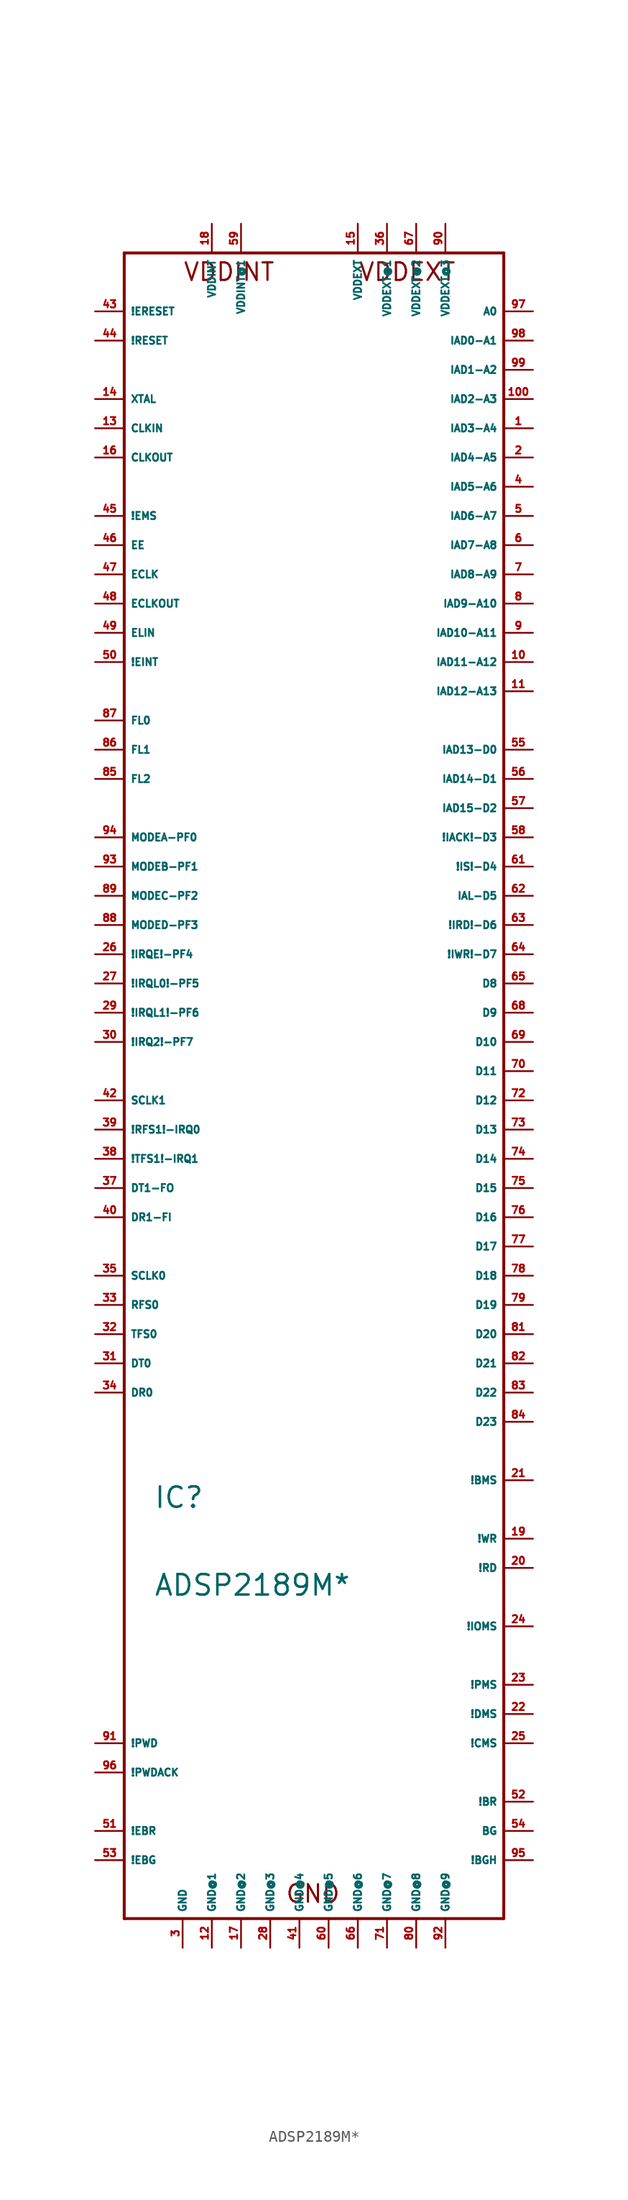
<source format=kicad_sym>
(kicad_symbol_lib
  (version 20220914)
  (generator Eagle2Kicad)
  (symbol "ADSP2189M*"
    (property "Reference" "IC"
      (at -15.24 -40.64 0)
      (effects (font (size 1.778 1.778) (thickness 0.22)) (justify left bottom)))
    (property "Value" "ADSP2189M*"
      (at -15.24 -48.26 0)
      (effects (font (size 1.778 1.778) (thickness 0.22)) (justify left bottom)))
    (polyline
      (pts (xy -17.78 -76.2) (xy 15.24 -76.2))
      (stroke (width 0.254) (type default))
      (fill (type none)))
    (polyline
      (pts (xy 15.24 -76.2) (xy 15.24 68.58))
      (stroke (width 0.254) (type default))
      (fill (type none)))
    (polyline
      (pts (xy 15.24 68.58) (xy -17.78 68.58))
      (stroke (width 0.254) (type default))
      (fill (type none)))
    (polyline
      (pts (xy -17.78 68.58) (xy -17.78 -76.2))
      (stroke (width 0.254) (type default))
      (fill (type none)))
    (text "VDDINT"
      (at -12.7 66.04 0)
      (effects (font (size 1.524 1.524) (thickness 0.19)) (justify left bottom)))
    (text "VDDEXT"
      (at 2.54 66.04 0)
      (effects (font (size 1.524 1.524) (thickness 0.19)) (justify left bottom)))
    (text "GND"
      (at -3.81 -74.93 0)
      (effects (font (size 1.524 1.524) (thickness 0.19)) (justify left bottom)))
    (pin input line
      (at -20.32 60.96 0)
      (length 2.54)
      (name "!RESET" (effects (font (size 0.635 0.635) (thickness 0.08)) (justify left bottom)))
      (number "44" (effects (font (size 0.635 0.635) (thickness 0.08)) (justify left bottom))))
    (pin input line
      (at 17.78 -66.04 180)
      (length 2.54)
      (name "!BR" (effects (font (size 0.635 0.635) (thickness 0.08)) (justify left bottom)))
      (number "52" (effects (font (size 0.635 0.635) (thickness 0.08)) (justify left bottom))))
    (pin output line
      (at 17.78 -68.58 180)
      (length 2.54)
      (name "BG" (effects (font (size 0.635 0.635) (thickness 0.08)) (justify left bottom)))
      (number "54" (effects (font (size 0.635 0.635) (thickness 0.08)) (justify left bottom))))
    (pin output line
      (at 17.78 -71.12 180)
      (length 2.54)
      (name "!BGH" (effects (font (size 0.635 0.635) (thickness 0.08)) (justify left bottom)))
      (number "95" (effects (font (size 0.635 0.635) (thickness 0.08)) (justify left bottom))))
    (pin output line
      (at 17.78 -58.42 180)
      (length 2.54)
      (name "!DMS" (effects (font (size 0.635 0.635) (thickness 0.08)) (justify left bottom)))
      (number "22" (effects (font (size 0.635 0.635) (thickness 0.08)) (justify left bottom))))
    (pin output line
      (at 17.78 -55.88 180)
      (length 2.54)
      (name "!PMS" (effects (font (size 0.635 0.635) (thickness 0.08)) (justify left bottom)))
      (number "23" (effects (font (size 0.635 0.635) (thickness 0.08)) (justify left bottom))))
    (pin output line
      (at 17.78 -50.8 180)
      (length 2.54)
      (name "!IOMS" (effects (font (size 0.635 0.635) (thickness 0.08)) (justify left bottom)))
      (number "24" (effects (font (size 0.635 0.635) (thickness 0.08)) (justify left bottom))))
    (pin output line
      (at 17.78 -38.1 180)
      (length 2.54)
      (name "!BMS" (effects (font (size 0.635 0.635) (thickness 0.08)) (justify left bottom)))
      (number "21" (effects (font (size 0.635 0.635) (thickness 0.08)) (justify left bottom))))
    (pin output line
      (at 17.78 -60.96 180)
      (length 2.54)
      (name "!CMS" (effects (font (size 0.635 0.635) (thickness 0.08)) (justify left bottom)))
      (number "25" (effects (font (size 0.635 0.635) (thickness 0.08)) (justify left bottom))))
    (pin output line
      (at 17.78 -45.72 180)
      (length 2.54)
      (name "!RD" (effects (font (size 0.635 0.635) (thickness 0.08)) (justify left bottom)))
      (number "20" (effects (font (size 0.635 0.635) (thickness 0.08)) (justify left bottom))))
    (pin output line
      (at 17.78 -43.18 180)
      (length 2.54)
      (name "!WR" (effects (font (size 0.635 0.635) (thickness 0.08)) (justify left bottom)))
      (number "19" (effects (font (size 0.635 0.635) (thickness 0.08)) (justify left bottom))))
    (pin bidirectional line
      (at -20.32 17.78 0)
      (length 2.54)
      (name "MODEA-PF0" (effects (font (size 0.635 0.635) (thickness 0.08)) (justify left bottom)))
      (number "94" (effects (font (size 0.635 0.635) (thickness 0.08)) (justify left bottom))))
    (pin bidirectional line
      (at -20.32 15.24 0)
      (length 2.54)
      (name "MODEB-PF1" (effects (font (size 0.635 0.635) (thickness 0.08)) (justify left bottom)))
      (number "93" (effects (font (size 0.635 0.635) (thickness 0.08)) (justify left bottom))))
    (pin bidirectional line
      (at -20.32 12.7 0)
      (length 2.54)
      (name "MODEC-PF2" (effects (font (size 0.635 0.635) (thickness 0.08)) (justify left bottom)))
      (number "89" (effects (font (size 0.635 0.635) (thickness 0.08)) (justify left bottom))))
    (pin bidirectional line
      (at -20.32 10.16 0)
      (length 2.54)
      (name "MODED-PF3" (effects (font (size 0.635 0.635) (thickness 0.08)) (justify left bottom)))
      (number "88" (effects (font (size 0.635 0.635) (thickness 0.08)) (justify left bottom))))
    (pin bidirectional line
      (at -20.32 7.62 0)
      (length 2.54)
      (name "!IRQE!-PF4" (effects (font (size 0.635 0.635) (thickness 0.08)) (justify left bottom)))
      (number "26" (effects (font (size 0.635 0.635) (thickness 0.08)) (justify left bottom))))
    (pin bidirectional line
      (at -20.32 5.08 0)
      (length 2.54)
      (name "!IRQL0!-PF5" (effects (font (size 0.635 0.635) (thickness 0.08)) (justify left bottom)))
      (number "27" (effects (font (size 0.635 0.635) (thickness 0.08)) (justify left bottom))))
    (pin bidirectional line
      (at -20.32 2.54 0)
      (length 2.54)
      (name "!IRQL1!-PF6" (effects (font (size 0.635 0.635) (thickness 0.08)) (justify left bottom)))
      (number "29" (effects (font (size 0.635 0.635) (thickness 0.08)) (justify left bottom))))
    (pin bidirectional line
      (at -20.32 0 0)
      (length 2.54)
      (name "!IRQ2!-PF7" (effects (font (size 0.635 0.635) (thickness 0.08)) (justify left bottom)))
      (number "30" (effects (font (size 0.635 0.635) (thickness 0.08)) (justify left bottom))))
    (pin bidirectional line
      (at -20.32 -5.08 0)
      (length 2.54)
      (name "SCLK1" (effects (font (size 0.635 0.635) (thickness 0.08)) (justify left bottom)))
      (number "42" (effects (font (size 0.635 0.635) (thickness 0.08)) (justify left bottom))))
    (pin bidirectional line
      (at -20.32 -20.32 0)
      (length 2.54)
      (name "SCLK0" (effects (font (size 0.635 0.635) (thickness 0.08)) (justify left bottom)))
      (number "35" (effects (font (size 0.635 0.635) (thickness 0.08)) (justify left bottom))))
    (pin input line
      (at -20.32 -60.96 0)
      (length 2.54)
      (name "!PWD" (effects (font (size 0.635 0.635) (thickness 0.08)) (justify left bottom)))
      (number "91" (effects (font (size 0.635 0.635) (thickness 0.08)) (justify left bottom))))
    (pin output line
      (at -20.32 -63.5 0)
      (length 2.54)
      (name "!PWDACK" (effects (font (size 0.635 0.635) (thickness 0.08)) (justify left bottom)))
      (number "96" (effects (font (size 0.635 0.635) (thickness 0.08)) (justify left bottom))))
    (pin output line
      (at -20.32 27.94 0)
      (length 2.54)
      (name "FL0" (effects (font (size 0.635 0.635) (thickness 0.08)) (justify left bottom)))
      (number "87" (effects (font (size 0.635 0.635) (thickness 0.08)) (justify left bottom))))
    (pin unspecified line
      (at -10.16 71.12 270)
      (length 2.54)
      (name "VDDINT" (effects (font (size 0.635 0.635) (thickness 0.08)) (justify left bottom)))
      (number "18" (effects (font (size 0.635 0.635) (thickness 0.08)) (justify left bottom))))
    (pin unspecified line
      (at -7.62 71.12 270)
      (length 2.54)
      (name "VDDINT@1" (effects (font (size 0.635 0.635) (thickness 0.08)) (justify left bottom)))
      (number "59" (effects (font (size 0.635 0.635) (thickness 0.08)) (justify left bottom))))
    (pin unspecified line
      (at 2.54 71.12 270)
      (length 2.54)
      (name "VDDEXT" (effects (font (size 0.635 0.635) (thickness 0.08)) (justify left bottom)))
      (number "15" (effects (font (size 0.635 0.635) (thickness 0.08)) (justify left bottom))))
    (pin unspecified line
      (at 5.08 71.12 270)
      (length 2.54)
      (name "VDDEXT@1" (effects (font (size 0.635 0.635) (thickness 0.08)) (justify left bottom)))
      (number "36" (effects (font (size 0.635 0.635) (thickness 0.08)) (justify left bottom))))
    (pin unspecified line
      (at 7.62 71.12 270)
      (length 2.54)
      (name "VDDEXT@2" (effects (font (size 0.635 0.635) (thickness 0.08)) (justify left bottom)))
      (number "67" (effects (font (size 0.635 0.635) (thickness 0.08)) (justify left bottom))))
    (pin unspecified line
      (at 10.16 71.12 270)
      (length 2.54)
      (name "VDDEXT@3" (effects (font (size 0.635 0.635) (thickness 0.08)) (justify left bottom)))
      (number "90" (effects (font (size 0.635 0.635) (thickness 0.08)) (justify left bottom))))
    (pin unspecified line
      (at -12.7 -78.74 90)
      (length 2.54)
      (name "GND" (effects (font (size 0.635 0.635) (thickness 0.08)) (justify left bottom)))
      (number "3" (effects (font (size 0.635 0.635) (thickness 0.08)) (justify left bottom))))
    (pin unspecified line
      (at -10.16 -78.74 90)
      (length 2.54)
      (name "GND@1" (effects (font (size 0.635 0.635) (thickness 0.08)) (justify left bottom)))
      (number "12" (effects (font (size 0.635 0.635) (thickness 0.08)) (justify left bottom))))
    (pin unspecified line
      (at -7.62 -78.74 90)
      (length 2.54)
      (name "GND@2" (effects (font (size 0.635 0.635) (thickness 0.08)) (justify left bottom)))
      (number "17" (effects (font (size 0.635 0.635) (thickness 0.08)) (justify left bottom))))
    (pin unspecified line
      (at -5.08 -78.74 90)
      (length 2.54)
      (name "GND@3" (effects (font (size 0.635 0.635) (thickness 0.08)) (justify left bottom)))
      (number "28" (effects (font (size 0.635 0.635) (thickness 0.08)) (justify left bottom))))
    (pin unspecified line
      (at -2.54 -78.74 90)
      (length 2.54)
      (name "GND@4" (effects (font (size 0.635 0.635) (thickness 0.08)) (justify left bottom)))
      (number "41" (effects (font (size 0.635 0.635) (thickness 0.08)) (justify left bottom))))
    (pin unspecified line
      (at 0 -78.74 90)
      (length 2.54)
      (name "GND@5" (effects (font (size 0.635 0.635) (thickness 0.08)) (justify left bottom)))
      (number "60" (effects (font (size 0.635 0.635) (thickness 0.08)) (justify left bottom))))
    (pin unspecified line
      (at 2.54 -78.74 90)
      (length 2.54)
      (name "GND@6" (effects (font (size 0.635 0.635) (thickness 0.08)) (justify left bottom)))
      (number "66" (effects (font (size 0.635 0.635) (thickness 0.08)) (justify left bottom))))
    (pin unspecified line
      (at 5.08 -78.74 90)
      (length 2.54)
      (name "GND@7" (effects (font (size 0.635 0.635) (thickness 0.08)) (justify left bottom)))
      (number "71" (effects (font (size 0.635 0.635) (thickness 0.08)) (justify left bottom))))
    (pin unspecified line
      (at 7.62 -78.74 90)
      (length 2.54)
      (name "GND@8" (effects (font (size 0.635 0.635) (thickness 0.08)) (justify left bottom)))
      (number "80" (effects (font (size 0.635 0.635) (thickness 0.08)) (justify left bottom))))
    (pin unspecified line
      (at 10.16 -78.74 90)
      (length 2.54)
      (name "GND@9" (effects (font (size 0.635 0.635) (thickness 0.08)) (justify left bottom)))
      (number "92" (effects (font (size 0.635 0.635) (thickness 0.08)) (justify left bottom))))
    (pin bidirectional line
      (at -20.32 45.72 0)
      (length 2.54)
      (name "!EMS" (effects (font (size 0.635 0.635) (thickness 0.08)) (justify left bottom)))
      (number "45" (effects (font (size 0.635 0.635) (thickness 0.08)) (justify left bottom))))
    (pin output line
      (at 17.78 63.5 180)
      (length 2.54)
      (name "A0" (effects (font (size 0.635 0.635) (thickness 0.08)) (justify left bottom)))
      (number "97" (effects (font (size 0.635 0.635) (thickness 0.08)) (justify left bottom))))
    (pin output line
      (at 17.78 60.96 180)
      (length 2.54)
      (name "IAD0-A1" (effects (font (size 0.635 0.635) (thickness 0.08)) (justify left bottom)))
      (number "98" (effects (font (size 0.635 0.635) (thickness 0.08)) (justify left bottom))))
    (pin output line
      (at 17.78 58.42 180)
      (length 2.54)
      (name "IAD1-A2" (effects (font (size 0.635 0.635) (thickness 0.08)) (justify left bottom)))
      (number "99" (effects (font (size 0.635 0.635) (thickness 0.08)) (justify left bottom))))
    (pin output line
      (at 17.78 55.88 180)
      (length 2.54)
      (name "IAD2-A3" (effects (font (size 0.635 0.635) (thickness 0.08)) (justify left bottom)))
      (number "100" (effects (font (size 0.635 0.635) (thickness 0.08)) (justify left bottom))))
    (pin output line
      (at 17.78 53.34 180)
      (length 2.54)
      (name "IAD3-A4" (effects (font (size 0.635 0.635) (thickness 0.08)) (justify left bottom)))
      (number "1" (effects (font (size 0.635 0.635) (thickness 0.08)) (justify left bottom))))
    (pin output line
      (at 17.78 50.8 180)
      (length 2.54)
      (name "IAD4-A5" (effects (font (size 0.635 0.635) (thickness 0.08)) (justify left bottom)))
      (number "2" (effects (font (size 0.635 0.635) (thickness 0.08)) (justify left bottom))))
    (pin output line
      (at 17.78 48.26 180)
      (length 2.54)
      (name "IAD5-A6" (effects (font (size 0.635 0.635) (thickness 0.08)) (justify left bottom)))
      (number "4" (effects (font (size 0.635 0.635) (thickness 0.08)) (justify left bottom))))
    (pin output line
      (at 17.78 45.72 180)
      (length 2.54)
      (name "IAD6-A7" (effects (font (size 0.635 0.635) (thickness 0.08)) (justify left bottom)))
      (number "5" (effects (font (size 0.635 0.635) (thickness 0.08)) (justify left bottom))))
    (pin output line
      (at 17.78 43.18 180)
      (length 2.54)
      (name "IAD7-A8" (effects (font (size 0.635 0.635) (thickness 0.08)) (justify left bottom)))
      (number "6" (effects (font (size 0.635 0.635) (thickness 0.08)) (justify left bottom))))
    (pin output line
      (at 17.78 40.64 180)
      (length 2.54)
      (name "IAD8-A9" (effects (font (size 0.635 0.635) (thickness 0.08)) (justify left bottom)))
      (number "7" (effects (font (size 0.635 0.635) (thickness 0.08)) (justify left bottom))))
    (pin output line
      (at 17.78 38.1 180)
      (length 2.54)
      (name "IAD9-A10" (effects (font (size 0.635 0.635) (thickness 0.08)) (justify left bottom)))
      (number "8" (effects (font (size 0.635 0.635) (thickness 0.08)) (justify left bottom))))
    (pin output line
      (at 17.78 35.56 180)
      (length 2.54)
      (name "IAD10-A11" (effects (font (size 0.635 0.635) (thickness 0.08)) (justify left bottom)))
      (number "9" (effects (font (size 0.635 0.635) (thickness 0.08)) (justify left bottom))))
    (pin output line
      (at 17.78 33.02 180)
      (length 2.54)
      (name "IAD11-A12" (effects (font (size 0.635 0.635) (thickness 0.08)) (justify left bottom)))
      (number "10" (effects (font (size 0.635 0.635) (thickness 0.08)) (justify left bottom))))
    (pin output line
      (at 17.78 30.48 180)
      (length 2.54)
      (name "IAD12-A13" (effects (font (size 0.635 0.635) (thickness 0.08)) (justify left bottom)))
      (number "11" (effects (font (size 0.635 0.635) (thickness 0.08)) (justify left bottom))))
    (pin bidirectional line
      (at 17.78 25.4 180)
      (length 2.54)
      (name "IAD13-D0" (effects (font (size 0.635 0.635) (thickness 0.08)) (justify left bottom)))
      (number "55" (effects (font (size 0.635 0.635) (thickness 0.08)) (justify left bottom))))
    (pin bidirectional line
      (at 17.78 22.86 180)
      (length 2.54)
      (name "IAD14-D1" (effects (font (size 0.635 0.635) (thickness 0.08)) (justify left bottom)))
      (number "56" (effects (font (size 0.635 0.635) (thickness 0.08)) (justify left bottom))))
    (pin bidirectional line
      (at 17.78 20.32 180)
      (length 2.54)
      (name "IAD15-D2" (effects (font (size 0.635 0.635) (thickness 0.08)) (justify left bottom)))
      (number "57" (effects (font (size 0.635 0.635) (thickness 0.08)) (justify left bottom))))
    (pin bidirectional line
      (at 17.78 17.78 180)
      (length 2.54)
      (name "!IACK!-D3" (effects (font (size 0.635 0.635) (thickness 0.08)) (justify left bottom)))
      (number "58" (effects (font (size 0.635 0.635) (thickness 0.08)) (justify left bottom))))
    (pin bidirectional line
      (at 17.78 15.24 180)
      (length 2.54)
      (name "!IS!-D4" (effects (font (size 0.635 0.635) (thickness 0.08)) (justify left bottom)))
      (number "61" (effects (font (size 0.635 0.635) (thickness 0.08)) (justify left bottom))))
    (pin bidirectional line
      (at 17.78 12.7 180)
      (length 2.54)
      (name "IAL-D5" (effects (font (size 0.635 0.635) (thickness 0.08)) (justify left bottom)))
      (number "62" (effects (font (size 0.635 0.635) (thickness 0.08)) (justify left bottom))))
    (pin bidirectional line
      (at 17.78 10.16 180)
      (length 2.54)
      (name "!IRD!-D6" (effects (font (size 0.635 0.635) (thickness 0.08)) (justify left bottom)))
      (number "63" (effects (font (size 0.635 0.635) (thickness 0.08)) (justify left bottom))))
    (pin bidirectional line
      (at 17.78 7.62 180)
      (length 2.54)
      (name "!IWR!-D7" (effects (font (size 0.635 0.635) (thickness 0.08)) (justify left bottom)))
      (number "64" (effects (font (size 0.635 0.635) (thickness 0.08)) (justify left bottom))))
    (pin bidirectional line
      (at 17.78 5.08 180)
      (length 2.54)
      (name "D8" (effects (font (size 0.635 0.635) (thickness 0.08)) (justify left bottom)))
      (number "65" (effects (font (size 0.635 0.635) (thickness 0.08)) (justify left bottom))))
    (pin bidirectional line
      (at 17.78 2.54 180)
      (length 2.54)
      (name "D9" (effects (font (size 0.635 0.635) (thickness 0.08)) (justify left bottom)))
      (number "68" (effects (font (size 0.635 0.635) (thickness 0.08)) (justify left bottom))))
    (pin bidirectional line
      (at 17.78 0 180)
      (length 2.54)
      (name "D10" (effects (font (size 0.635 0.635) (thickness 0.08)) (justify left bottom)))
      (number "69" (effects (font (size 0.635 0.635) (thickness 0.08)) (justify left bottom))))
    (pin bidirectional line
      (at 17.78 -2.54 180)
      (length 2.54)
      (name "D11" (effects (font (size 0.635 0.635) (thickness 0.08)) (justify left bottom)))
      (number "70" (effects (font (size 0.635 0.635) (thickness 0.08)) (justify left bottom))))
    (pin bidirectional line
      (at 17.78 -5.08 180)
      (length 2.54)
      (name "D12" (effects (font (size 0.635 0.635) (thickness 0.08)) (justify left bottom)))
      (number "72" (effects (font (size 0.635 0.635) (thickness 0.08)) (justify left bottom))))
    (pin bidirectional line
      (at 17.78 -7.62 180)
      (length 2.54)
      (name "D13" (effects (font (size 0.635 0.635) (thickness 0.08)) (justify left bottom)))
      (number "73" (effects (font (size 0.635 0.635) (thickness 0.08)) (justify left bottom))))
    (pin bidirectional line
      (at 17.78 -10.16 180)
      (length 2.54)
      (name "D14" (effects (font (size 0.635 0.635) (thickness 0.08)) (justify left bottom)))
      (number "74" (effects (font (size 0.635 0.635) (thickness 0.08)) (justify left bottom))))
    (pin bidirectional line
      (at 17.78 -12.7 180)
      (length 2.54)
      (name "D15" (effects (font (size 0.635 0.635) (thickness 0.08)) (justify left bottom)))
      (number "75" (effects (font (size 0.635 0.635) (thickness 0.08)) (justify left bottom))))
    (pin bidirectional line
      (at 17.78 -15.24 180)
      (length 2.54)
      (name "D16" (effects (font (size 0.635 0.635) (thickness 0.08)) (justify left bottom)))
      (number "76" (effects (font (size 0.635 0.635) (thickness 0.08)) (justify left bottom))))
    (pin bidirectional line
      (at 17.78 -17.78 180)
      (length 2.54)
      (name "D17" (effects (font (size 0.635 0.635) (thickness 0.08)) (justify left bottom)))
      (number "77" (effects (font (size 0.635 0.635) (thickness 0.08)) (justify left bottom))))
    (pin bidirectional line
      (at 17.78 -20.32 180)
      (length 2.54)
      (name "D18" (effects (font (size 0.635 0.635) (thickness 0.08)) (justify left bottom)))
      (number "78" (effects (font (size 0.635 0.635) (thickness 0.08)) (justify left bottom))))
    (pin bidirectional line
      (at 17.78 -22.86 180)
      (length 2.54)
      (name "D19" (effects (font (size 0.635 0.635) (thickness 0.08)) (justify left bottom)))
      (number "79" (effects (font (size 0.635 0.635) (thickness 0.08)) (justify left bottom))))
    (pin bidirectional line
      (at 17.78 -25.4 180)
      (length 2.54)
      (name "D20" (effects (font (size 0.635 0.635) (thickness 0.08)) (justify left bottom)))
      (number "81" (effects (font (size 0.635 0.635) (thickness 0.08)) (justify left bottom))))
    (pin bidirectional line
      (at 17.78 -27.94 180)
      (length 2.54)
      (name "D21" (effects (font (size 0.635 0.635) (thickness 0.08)) (justify left bottom)))
      (number "82" (effects (font (size 0.635 0.635) (thickness 0.08)) (justify left bottom))))
    (pin bidirectional line
      (at 17.78 -30.48 180)
      (length 2.54)
      (name "D22" (effects (font (size 0.635 0.635) (thickness 0.08)) (justify left bottom)))
      (number "83" (effects (font (size 0.635 0.635) (thickness 0.08)) (justify left bottom))))
    (pin bidirectional line
      (at 17.78 -33.02 180)
      (length 2.54)
      (name "D23" (effects (font (size 0.635 0.635) (thickness 0.08)) (justify left bottom)))
      (number "84" (effects (font (size 0.635 0.635) (thickness 0.08)) (justify left bottom))))
    (pin bidirectional line
      (at -20.32 -7.62 0)
      (length 2.54)
      (name "!RFS1!-IRQ0" (effects (font (size 0.635 0.635) (thickness 0.08)) (justify left bottom)))
      (number "39" (effects (font (size 0.635 0.635) (thickness 0.08)) (justify left bottom))))
    (pin bidirectional line
      (at -20.32 -10.16 0)
      (length 2.54)
      (name "!TFS1!-IRQ1" (effects (font (size 0.635 0.635) (thickness 0.08)) (justify left bottom)))
      (number "38" (effects (font (size 0.635 0.635) (thickness 0.08)) (justify left bottom))))
    (pin output line
      (at -20.32 -12.7 0)
      (length 2.54)
      (name "DT1-FO" (effects (font (size 0.635 0.635) (thickness 0.08)) (justify left bottom)))
      (number "37" (effects (font (size 0.635 0.635) (thickness 0.08)) (justify left bottom))))
    (pin input line
      (at -20.32 -15.24 0)
      (length 2.54)
      (name "DR1-FI" (effects (font (size 0.635 0.635) (thickness 0.08)) (justify left bottom)))
      (number "40" (effects (font (size 0.635 0.635) (thickness 0.08)) (justify left bottom))))
    (pin bidirectional line
      (at -20.32 -22.86 0)
      (length 2.54)
      (name "RFS0" (effects (font (size 0.635 0.635) (thickness 0.08)) (justify left bottom)))
      (number "33" (effects (font (size 0.635 0.635) (thickness 0.08)) (justify left bottom))))
    (pin bidirectional line
      (at -20.32 -25.4 0)
      (length 2.54)
      (name "TFS0" (effects (font (size 0.635 0.635) (thickness 0.08)) (justify left bottom)))
      (number "32" (effects (font (size 0.635 0.635) (thickness 0.08)) (justify left bottom))))
    (pin output line
      (at -20.32 -27.94 0)
      (length 2.54)
      (name "DT0" (effects (font (size 0.635 0.635) (thickness 0.08)) (justify left bottom)))
      (number "31" (effects (font (size 0.635 0.635) (thickness 0.08)) (justify left bottom))))
    (pin input line
      (at -20.32 -30.48 0)
      (length 2.54)
      (name "DR0" (effects (font (size 0.635 0.635) (thickness 0.08)) (justify left bottom)))
      (number "34" (effects (font (size 0.635 0.635) (thickness 0.08)) (justify left bottom))))
    (pin output line
      (at -20.32 25.4 0)
      (length 2.54)
      (name "FL1" (effects (font (size 0.635 0.635) (thickness 0.08)) (justify left bottom)))
      (number "86" (effects (font (size 0.635 0.635) (thickness 0.08)) (justify left bottom))))
    (pin output line
      (at -20.32 22.86 0)
      (length 2.54)
      (name "FL2" (effects (font (size 0.635 0.635) (thickness 0.08)) (justify left bottom)))
      (number "85" (effects (font (size 0.635 0.635) (thickness 0.08)) (justify left bottom))))
    (pin input line
      (at -20.32 63.5 0)
      (length 2.54)
      (name "!ERESET" (effects (font (size 0.635 0.635) (thickness 0.08)) (justify left bottom)))
      (number "43" (effects (font (size 0.635 0.635) (thickness 0.08)) (justify left bottom))))
    (pin input line
      (at -20.32 43.18 0)
      (length 2.54)
      (name "EE" (effects (font (size 0.635 0.635) (thickness 0.08)) (justify left bottom)))
      (number "46" (effects (font (size 0.635 0.635) (thickness 0.08)) (justify left bottom))))
    (pin input line
      (at -20.32 40.64 0)
      (length 2.54)
      (name "ECLK" (effects (font (size 0.635 0.635) (thickness 0.08)) (justify left bottom)))
      (number "47" (effects (font (size 0.635 0.635) (thickness 0.08)) (justify left bottom))))
    (pin output line
      (at -20.32 38.1 0)
      (length 2.54)
      (name "ECLKOUT" (effects (font (size 0.635 0.635) (thickness 0.08)) (justify left bottom)))
      (number "48" (effects (font (size 0.635 0.635) (thickness 0.08)) (justify left bottom))))
    (pin input line
      (at -20.32 35.56 0)
      (length 2.54)
      (name "ELIN" (effects (font (size 0.635 0.635) (thickness 0.08)) (justify left bottom)))
      (number "49" (effects (font (size 0.635 0.635) (thickness 0.08)) (justify left bottom))))
    (pin input line
      (at -20.32 33.02 0)
      (length 2.54)
      (name "!EINT" (effects (font (size 0.635 0.635) (thickness 0.08)) (justify left bottom)))
      (number "50" (effects (font (size 0.635 0.635) (thickness 0.08)) (justify left bottom))))
    (pin input line
      (at -20.32 -68.58 0)
      (length 2.54)
      (name "!EBR" (effects (font (size 0.635 0.635) (thickness 0.08)) (justify left bottom)))
      (number "51" (effects (font (size 0.635 0.635) (thickness 0.08)) (justify left bottom))))
    (pin output line
      (at -20.32 -71.12 0)
      (length 2.54)
      (name "!EBG" (effects (font (size 0.635 0.635) (thickness 0.08)) (justify left bottom)))
      (number "53" (effects (font (size 0.635 0.635) (thickness 0.08)) (justify left bottom))))
    (pin input line
      (at -20.32 55.88 0)
      (length 2.54)
      (name "XTAL" (effects (font (size 0.635 0.635) (thickness 0.08)) (justify left bottom)))
      (number "14" (effects (font (size 0.635 0.635) (thickness 0.08)) (justify left bottom))))
    (pin input line
      (at -20.32 53.34 0)
      (length 2.54)
      (name "CLKIN" (effects (font (size 0.635 0.635) (thickness 0.08)) (justify left bottom)))
      (number "13" (effects (font (size 0.635 0.635) (thickness 0.08)) (justify left bottom))))
    (pin output line
      (at -20.32 50.8 0)
      (length 2.54)
      (name "CLKOUT" (effects (font (size 0.635 0.635) (thickness 0.08)) (justify left bottom)))
      (number "16" (effects (font (size 0.635 0.635) (thickness 0.08)) (justify left bottom))))))
</source>
